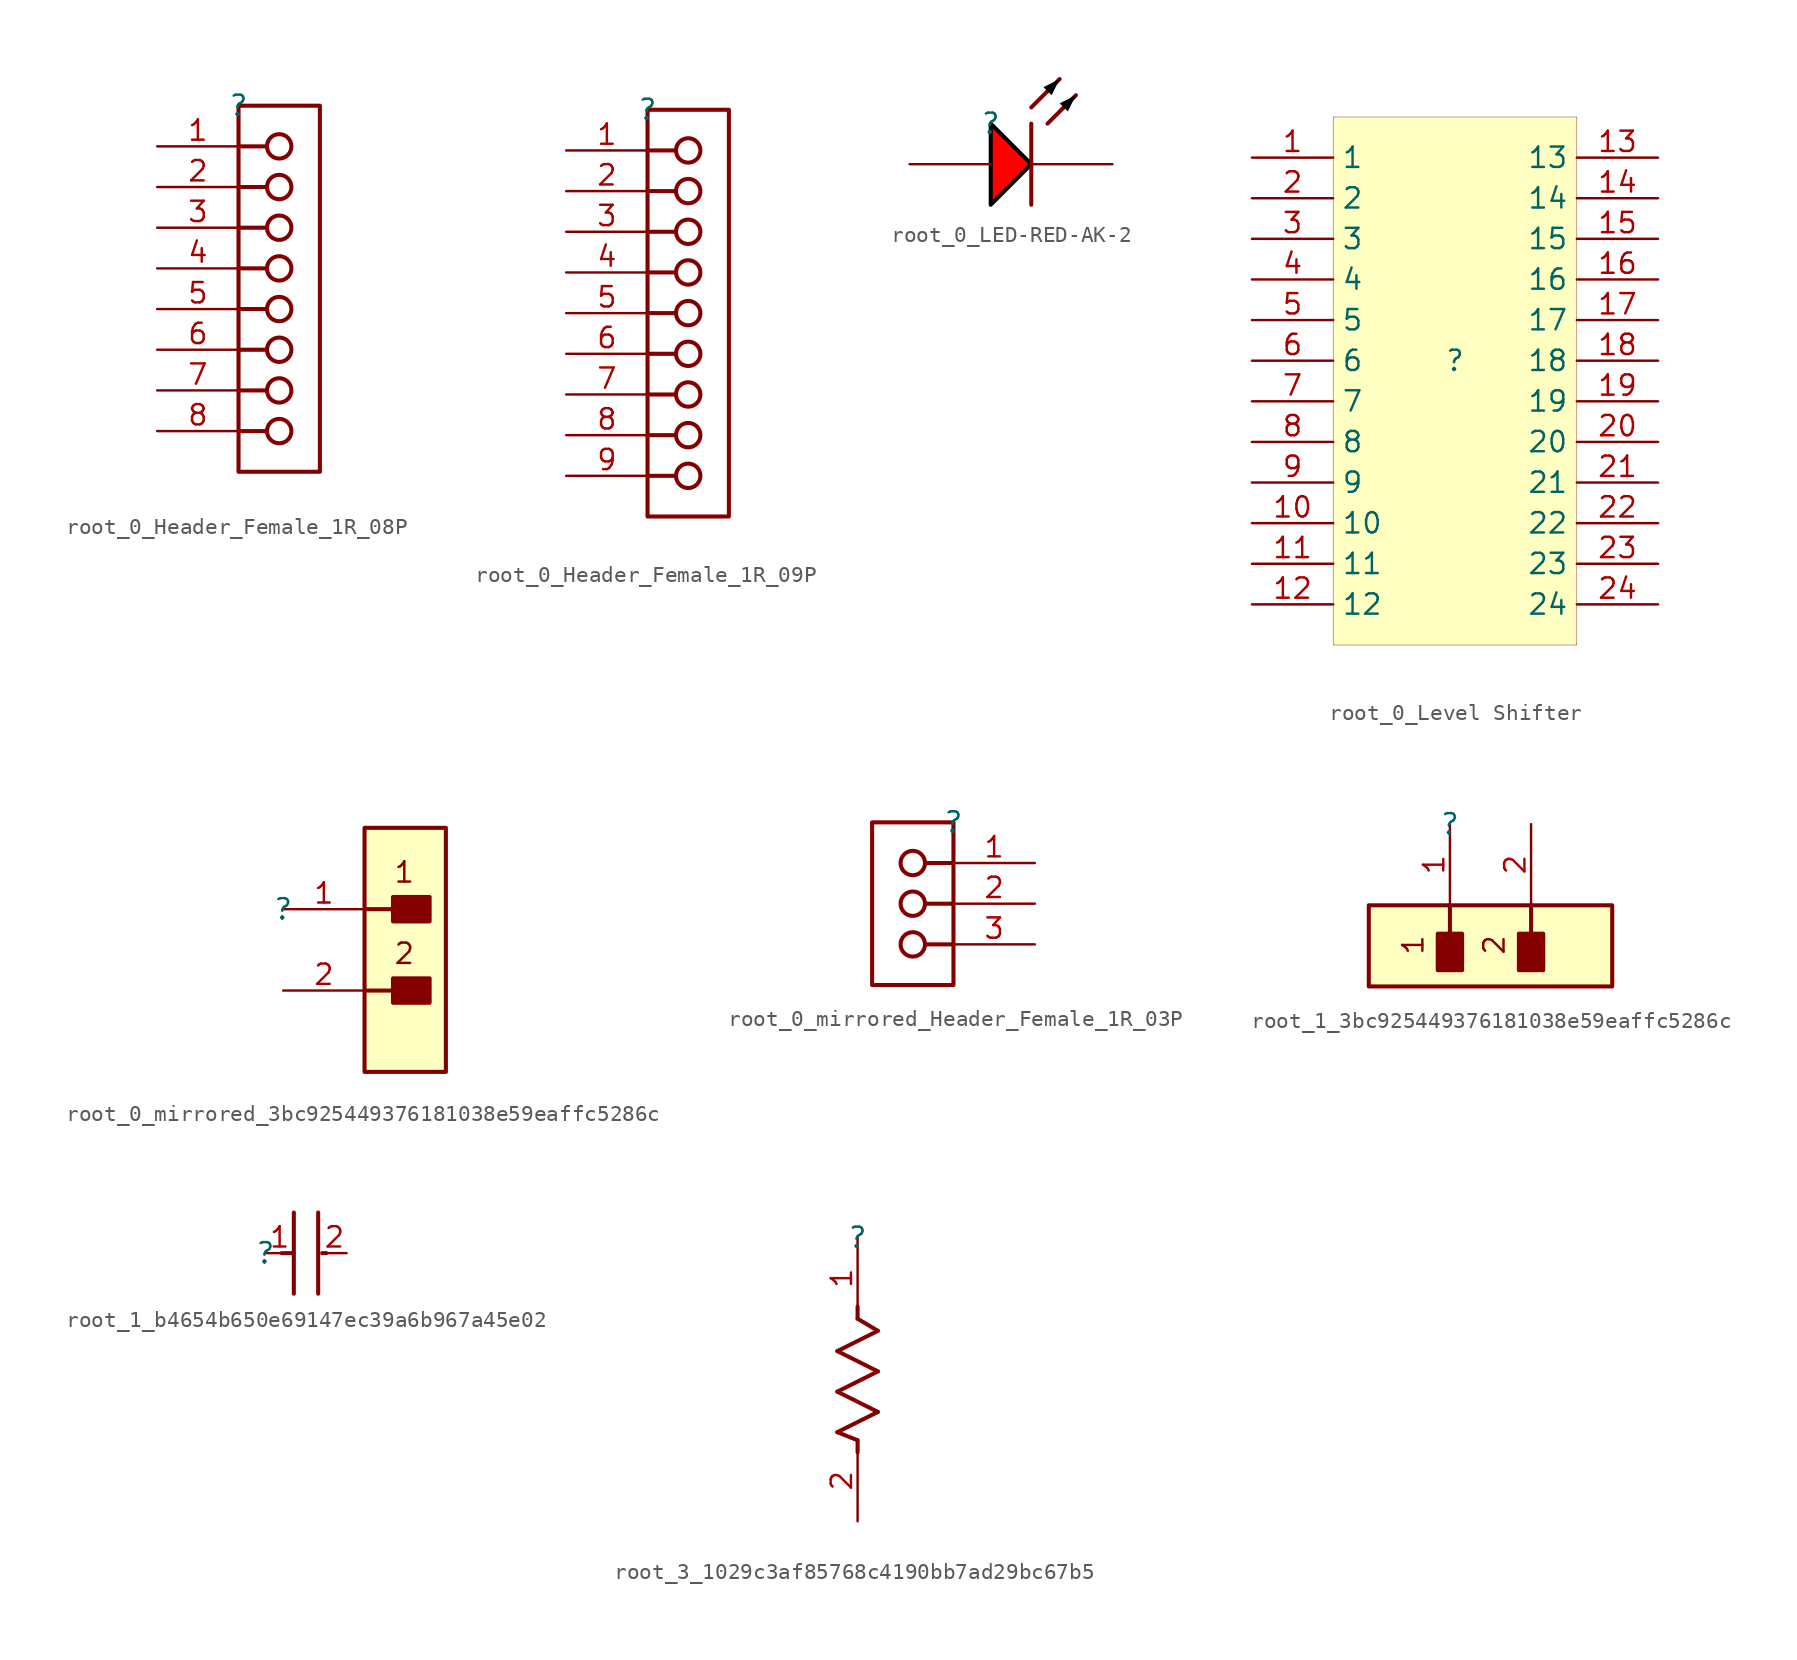
<source format=kicad_sym>
(kicad_symbol_lib
  (version 20231120)
  (generator "kicad_symbol_editor")
  (generator_version "8.0")
  (symbol "root_0_Header_Female_1R_08P"
    (property "Reference" ""
      (at 0 0 0)
      (effects (font (size 1.27 1.27))))
    (property "Value" ""
      (at 0 0 0)
      (effects (font (size 1.27 1.27))))
    (symbol "root_0_Header_Female_1R_08P_1_0"
      (polyline (pts (xy 0 -20.32) (xy 1.778 -20.32)) (stroke (width 0.254) (type solid)) (fill (type none)))
      (polyline (pts (xy 0 -17.78) (xy 1.778 -17.78)) (stroke (width 0.254) (type solid)) (fill (type none)))
      (polyline (pts (xy 0 -15.24) (xy 1.778 -15.24)) (stroke (width 0.254) (type solid)) (fill (type none)))
      (polyline (pts (xy 0 -12.7) (xy 1.778 -12.7)) (stroke (width 0.254) (type solid)) (fill (type none)))
      (polyline (pts (xy 0 -10.16) (xy 1.778 -10.16)) (stroke (width 0.254) (type solid)) (fill (type none)))
      (polyline (pts (xy 0 -7.62) (xy 1.778 -7.62)) (stroke (width 0.254) (type solid)) (fill (type none)))
      (polyline (pts (xy 0 -5.08) (xy 1.778 -5.08)) (stroke (width 0.254) (type solid)) (fill (type none)))
      (polyline (pts (xy 0 -2.54) (xy 1.778 -2.54)) (stroke (width 0.254) (type solid)) (fill (type none)))
      (polyline (pts (xy 5.08 0) (xy 0 0) (xy 0 -22.86) (xy 5.08 -22.86) (xy 5.08 0)) (stroke (width 0.254) (type solid)) (fill (type none)))
      (circle (center 2.54 -20.32) (radius 0.762) (stroke (width 0.254) (type solid)) (fill (type none)))
      (circle (center 2.54 -17.78) (radius 0.762) (stroke (width 0.254) (type solid)) (fill (type none)))
      (circle (center 2.54 -15.24) (radius 0.762) (stroke (width 0.254) (type solid)) (fill (type none)))
      (circle (center 2.54 -12.7) (radius 0.762) (stroke (width 0.254) (type solid)) (fill (type none)))
      (circle (center 2.54 -10.16) (radius 0.762) (stroke (width 0.254) (type solid)) (fill (type none)))
      (circle (center 2.54 -7.62) (radius 0.762) (stroke (width 0.254) (type solid)) (fill (type none)))
      (circle (center 2.54 -5.08) (radius 0.762) (stroke (width 0.254) (type solid)) (fill (type none)))
      (circle (center 2.54 -2.54) (radius 0.762) (stroke (width 0.254) (type solid)) (fill (type none)))
      (pin passive line (at -5.08 -2.54 0) (length 5.08) (name "1" (effects (font (size 0 0)))) (number "1" (effects (font (size 1.27 1.27)))))
      (pin passive line (at -5.08 -5.08 0) (length 5.08) (name "2" (effects (font (size 0 0)))) (number "2" (effects (font (size 1.27 1.27)))))
      (pin passive line (at -5.08 -7.62 0) (length 5.08) (name "3" (effects (font (size 0 0)))) (number "3" (effects (font (size 1.27 1.27)))))
      (pin passive line (at -5.08 -10.16 0) (length 5.08) (name "4" (effects (font (size 0 0)))) (number "4" (effects (font (size 1.27 1.27)))))
      (pin passive line (at -5.08 -12.7 0) (length 5.08) (name "5" (effects (font (size 0 0)))) (number "5" (effects (font (size 1.27 1.27)))))
      (pin passive line (at -5.08 -15.24 0) (length 5.08) (name "6" (effects (font (size 0 0)))) (number "6" (effects (font (size 1.27 1.27)))))
      (pin passive line (at -5.08 -17.78 0) (length 5.08) (name "7" (effects (font (size 0 0)))) (number "7" (effects (font (size 1.27 1.27)))))
      (pin passive line (at -5.08 -20.32 0) (length 5.08) (name "8" (effects (font (size 0 0)))) (number "8" (effects (font (size 1.27 1.27)))))))
  (symbol "root_0_Header_Female_1R_09P"
    (property "Reference" ""
      (at 0 0 0)
      (effects (font (size 1.27 1.27))))
    (property "Value" ""
      (at 0 0 0)
      (effects (font (size 1.27 1.27))))
    (symbol "root_0_Header_Female_1R_09P_1_0"
      (polyline (pts (xy 0 -22.86) (xy 1.778 -22.86)) (stroke (width 0.254) (type solid)) (fill (type none)))
      (polyline (pts (xy 0 -20.32) (xy 1.778 -20.32)) (stroke (width 0.254) (type solid)) (fill (type none)))
      (polyline (pts (xy 0 -17.78) (xy 1.778 -17.78)) (stroke (width 0.254) (type solid)) (fill (type none)))
      (polyline (pts (xy 0 -15.24) (xy 1.778 -15.24)) (stroke (width 0.254) (type solid)) (fill (type none)))
      (polyline (pts (xy 0 -12.7) (xy 1.778 -12.7)) (stroke (width 0.254) (type solid)) (fill (type none)))
      (polyline (pts (xy 0 -10.16) (xy 1.778 -10.16)) (stroke (width 0.254) (type solid)) (fill (type none)))
      (polyline (pts (xy 0 -7.62) (xy 1.778 -7.62)) (stroke (width 0.254) (type solid)) (fill (type none)))
      (polyline (pts (xy 0 -5.08) (xy 1.778 -5.08)) (stroke (width 0.254) (type solid)) (fill (type none)))
      (polyline (pts (xy 0 -2.54) (xy 1.778 -2.54)) (stroke (width 0.254) (type solid)) (fill (type none)))
      (polyline (pts (xy 5.08 0) (xy 0 0) (xy 0 -25.4) (xy 5.08 -25.4) (xy 5.08 0)) (stroke (width 0.254) (type solid)) (fill (type none)))
      (circle (center 2.54 -22.86) (radius 0.762) (stroke (width 0.254) (type solid)) (fill (type none)))
      (circle (center 2.54 -20.32) (radius 0.762) (stroke (width 0.254) (type solid)) (fill (type none)))
      (circle (center 2.54 -17.78) (radius 0.762) (stroke (width 0.254) (type solid)) (fill (type none)))
      (circle (center 2.54 -15.24) (radius 0.762) (stroke (width 0.254) (type solid)) (fill (type none)))
      (circle (center 2.54 -12.7) (radius 0.762) (stroke (width 0.254) (type solid)) (fill (type none)))
      (circle (center 2.54 -10.16) (radius 0.762) (stroke (width 0.254) (type solid)) (fill (type none)))
      (circle (center 2.54 -7.62) (radius 0.762) (stroke (width 0.254) (type solid)) (fill (type none)))
      (circle (center 2.54 -5.08) (radius 0.762) (stroke (width 0.254) (type solid)) (fill (type none)))
      (circle (center 2.54 -2.54) (radius 0.762) (stroke (width 0.254) (type solid)) (fill (type none)))
      (pin passive line (at -5.08 -2.54 0) (length 5.08) (name "1" (effects (font (size 0 0)))) (number "1" (effects (font (size 1.27 1.27)))))
      (pin passive line (at -5.08 -5.08 0) (length 5.08) (name "2" (effects (font (size 0 0)))) (number "2" (effects (font (size 1.27 1.27)))))
      (pin passive line (at -5.08 -7.62 0) (length 5.08) (name "3" (effects (font (size 0 0)))) (number "3" (effects (font (size 1.27 1.27)))))
      (pin passive line (at -5.08 -10.16 0) (length 5.08) (name "4" (effects (font (size 0 0)))) (number "4" (effects (font (size 1.27 1.27)))))
      (pin passive line (at -5.08 -12.7 0) (length 5.08) (name "5" (effects (font (size 0 0)))) (number "5" (effects (font (size 1.27 1.27)))))
      (pin passive line (at -5.08 -15.24 0) (length 5.08) (name "6" (effects (font (size 0 0)))) (number "6" (effects (font (size 1.27 1.27)))))
      (pin passive line (at -5.08 -17.78 0) (length 5.08) (name "7" (effects (font (size 0 0)))) (number "7" (effects (font (size 1.27 1.27)))))
      (pin passive line (at -5.08 -20.32 0) (length 5.08) (name "8" (effects (font (size 0 0)))) (number "8" (effects (font (size 1.27 1.27)))))
      (pin passive line (at -5.08 -22.86 0) (length 5.08) (name "9" (effects (font (size 0 0)))) (number "9" (effects (font (size 1.27 1.27)))))))
  (symbol "root_0_LED-RED-AK-2"
    (property "Reference" ""
      (at 0 0 0)
      (effects (font (size 1.27 1.27))))
    (property "Value" ""
      (at 0 0 0)
      (effects (font (size 1.27 1.27))))
    (symbol "root_0_LED-RED-AK-2_1_0"
      (polyline (pts (xy 2.54 0) (xy 2.54 -5.08)) (stroke (width 0.254) (type solid)) (fill (type none)))
      (polyline (pts (xy 2.54 1.016) (xy 4.318 2.794)) (stroke (width 0.254) (type solid)) (fill (type none)))
      (polyline (pts (xy 3.556 0) (xy 5.334 1.778)) (stroke (width 0.254) (type solid)) (fill (type none)))
      (polyline (pts (xy 0 -5.08) (xy 2.54 -2.54) (xy 0 0) (xy 0 -5.08)) (stroke (width 0.254) (type solid) (color 0 0 0 1)) (fill (type color) (color 255 0 0 1)))
      (polyline (pts (xy 4.318 2.794) (xy 3.302 2.286) (xy 3.81 1.778) (xy 4.318 2.794)) (stroke (width -0.0001) (type solid) (color 0 0 0 1)) (fill (type outline)))
      (polyline (pts (xy 5.334 1.778) (xy 4.318 1.27) (xy 4.826 0.762) (xy 5.334 1.778)) (stroke (width -0.0001) (type solid) (color 0 0 0 1)) (fill (type outline)))
      (pin passive line (at -5.08 -2.54 0) (length 5.08) (name "A" (effects (font (size 0 0)))) (number "1" (effects (font (size 0 0)))))
      (pin passive line (at 7.62 -2.54 180) (length 5.08) (name "K" (effects (font (size 0 0)))) (number "2" (effects (font (size 0 0)))))))
  (symbol "root_0_Level Shifter"
    (property "Reference" ""
      (at 0 0 0)
      (effects (font (size 1.27 1.27))))
    (property "Value" ""
      (at 0 0 0)
      (effects (font (size 1.27 1.27))))
    (symbol "root_0_Level Shifter_1_0"
      (rectangle (start 7.62 15.24) (end -7.62 -17.78) (stroke (width 0.025) (type solid) (color 128 0 0 1)) (fill (type background)))
      (pin passive line (at -12.7 12.7 0) (length 5.08) (name "1" (effects (font (size 1.27 1.27)))) (number "1" (effects (font (size 1.27 1.27)))))
      (pin passive line (at -12.7 -10.16 0) (length 5.08) (name "10" (effects (font (size 1.27 1.27)))) (number "10" (effects (font (size 1.27 1.27)))))
      (pin passive line (at -12.7 -12.7 0) (length 5.08) (name "11" (effects (font (size 1.27 1.27)))) (number "11" (effects (font (size 1.27 1.27)))))
      (pin passive line (at -12.7 -15.24 0) (length 5.08) (name "12" (effects (font (size 1.27 1.27)))) (number "12" (effects (font (size 1.27 1.27)))))
      (pin passive line (at 12.7 12.7 180) (length 5.08) (name "13" (effects (font (size 1.27 1.27)))) (number "13" (effects (font (size 1.27 1.27)))))
      (pin passive line (at 12.7 10.16 180) (length 5.08) (name "14" (effects (font (size 1.27 1.27)))) (number "14" (effects (font (size 1.27 1.27)))))
      (pin passive line (at 12.7 7.62 180) (length 5.08) (name "15" (effects (font (size 1.27 1.27)))) (number "15" (effects (font (size 1.27 1.27)))))
      (pin passive line (at 12.7 5.08 180) (length 5.08) (name "16" (effects (font (size 1.27 1.27)))) (number "16" (effects (font (size 1.27 1.27)))))
      (pin passive line (at 12.7 2.54 180) (length 5.08) (name "17" (effects (font (size 1.27 1.27)))) (number "17" (effects (font (size 1.27 1.27)))))
      (pin passive line (at 12.7 0 180) (length 5.08) (name "18" (effects (font (size 1.27 1.27)))) (number "18" (effects (font (size 1.27 1.27)))))
      (pin passive line (at 12.7 -2.54 180) (length 5.08) (name "19" (effects (font (size 1.27 1.27)))) (number "19" (effects (font (size 1.27 1.27)))))
      (pin passive line (at -12.7 10.16 0) (length 5.08) (name "2" (effects (font (size 1.27 1.27)))) (number "2" (effects (font (size 1.27 1.27)))))
      (pin passive line (at 12.7 -5.08 180) (length 5.08) (name "20" (effects (font (size 1.27 1.27)))) (number "20" (effects (font (size 1.27 1.27)))))
      (pin passive line (at 12.7 -7.62 180) (length 5.08) (name "21" (effects (font (size 1.27 1.27)))) (number "21" (effects (font (size 1.27 1.27)))))
      (pin passive line (at 12.7 -10.16 180) (length 5.08) (name "22" (effects (font (size 1.27 1.27)))) (number "22" (effects (font (size 1.27 1.27)))))
      (pin passive line (at 12.7 -12.7 180) (length 5.08) (name "23" (effects (font (size 1.27 1.27)))) (number "23" (effects (font (size 1.27 1.27)))))
      (pin passive line (at 12.7 -15.24 180) (length 5.08) (name "24" (effects (font (size 1.27 1.27)))) (number "24" (effects (font (size 1.27 1.27)))))
      (pin passive line (at -12.7 7.62 0) (length 5.08) (name "3" (effects (font (size 1.27 1.27)))) (number "3" (effects (font (size 1.27 1.27)))))
      (pin passive line (at -12.7 5.08 0) (length 5.08) (name "4" (effects (font (size 1.27 1.27)))) (number "4" (effects (font (size 1.27 1.27)))))
      (pin passive line (at -12.7 2.54 0) (length 5.08) (name "5" (effects (font (size 1.27 1.27)))) (number "5" (effects (font (size 1.27 1.27)))))
      (pin passive line (at -12.7 0 0) (length 5.08) (name "6" (effects (font (size 1.27 1.27)))) (number "6" (effects (font (size 1.27 1.27)))))
      (pin passive line (at -12.7 -2.54 0) (length 5.08) (name "7" (effects (font (size 1.27 1.27)))) (number "7" (effects (font (size 1.27 1.27)))))
      (pin passive line (at -12.7 -5.08 0) (length 5.08) (name "8" (effects (font (size 1.27 1.27)))) (number "8" (effects (font (size 1.27 1.27)))))
      (pin passive line (at -12.7 -7.62 0) (length 5.08) (name "9" (effects (font (size 1.27 1.27)))) (number "9" (effects (font (size 1.27 1.27)))))))
  (symbol "root_0_mirrored_3bc925449376181038e59eaffc5286c"
    (property "Reference" ""
      (at 0 0 0)
      (effects (font (size 1.27 1.27))))
    (property "Value" ""
      (at 0 0 0)
      (effects (font (size 1.27 1.27))))
    (symbol "root_0_mirrored_3bc925449376181038e59eaffc5286c_1_0"
      (polyline (pts (xy 6.858 -5.08) (xy 5.08 -5.08)) (stroke (width 0.254) (type solid)) (fill (type none)))
      (polyline (pts (xy 6.858 0) (xy 5.08 0)) (stroke (width 0.254) (type solid)) (fill (type none)))
      (rectangle (start 9.144 -4.318) (end 6.858 -5.842) (stroke (width 0.254) (type solid)) (fill (type outline)))
      (rectangle (start 9.144 0.762) (end 6.858 -0.762) (stroke (width 0.254) (type solid)) (fill (type outline)))
      (rectangle (start 10.16 5.08) (end 5.08 -10.16) (stroke (width 0.254) (type solid) (color 128 0 0 1)) (fill (type background)))
      (text "1" (at 6.858 3.048 0) (effects (font (size 1.27 1.27)) (justify left top)))
      (text "2" (at 6.858 -2.032 0) (effects (font (size 1.27 1.27)) (justify left top)))
      (pin passive line (at 0 0 0) (length 5.08) (name "1" (effects (font (size 0 0)))) (number "1" (effects (font (size 1.27 1.27)))))
      (pin passive line (at 0 -5.08 0) (length 5.08) (name "2" (effects (font (size 0 0)))) (number "2" (effects (font (size 1.27 1.27)))))))
  (symbol "root_0_mirrored_Header_Female_1R_03P"
    (property "Reference" ""
      (at 0 0 0)
      (effects (font (size 1.27 1.27))))
    (property "Value" ""
      (at 0 0 0)
      (effects (font (size 1.27 1.27))))
    (symbol "root_0_mirrored_Header_Female_1R_03P_1_0"
      (circle (center -2.54 -7.62) (radius 0.762) (stroke (width 0.254) (type solid)) (fill (type none)))
      (circle (center -2.54 -5.08) (radius 0.762) (stroke (width 0.254) (type solid)) (fill (type none)))
      (circle (center -2.54 -2.54) (radius 0.762) (stroke (width 0.254) (type solid)) (fill (type none)))
      (polyline (pts (xy 0 -7.62) (xy -1.778 -7.62)) (stroke (width 0.254) (type solid)) (fill (type none)))
      (polyline (pts (xy 0 -5.08) (xy -1.778 -5.08)) (stroke (width 0.254) (type solid)) (fill (type none)))
      (polyline (pts (xy 0 -2.54) (xy -1.778 -2.54)) (stroke (width 0.254) (type solid)) (fill (type none)))
      (polyline (pts (xy -5.08 0) (xy 0 0) (xy 0 -10.16) (xy -5.08 -10.16) (xy -5.08 0)) (stroke (width 0.254) (type solid)) (fill (type none)))
      (pin passive line (at 5.08 -2.54 180) (length 5.08) (name "1" (effects (font (size 0 0)))) (number "1" (effects (font (size 1.27 1.27)))))
      (pin passive line (at 5.08 -5.08 180) (length 5.08) (name "2" (effects (font (size 0 0)))) (number "2" (effects (font (size 1.27 1.27)))))
      (pin passive line (at 5.08 -7.62 180) (length 5.08) (name "3" (effects (font (size 0 0)))) (number "3" (effects (font (size 1.27 1.27)))))))
  (symbol "root_1_3bc925449376181038e59eaffc5286c"
    (property "Reference" ""
      (at 0 0 0)
      (effects (font (size 1.27 1.27))))
    (property "Value" ""
      (at 0 0 0)
      (effects (font (size 1.27 1.27))))
    (symbol "root_1_3bc925449376181038e59eaffc5286c_1_0"
      (polyline (pts (xy 0 -6.858) (xy 0 -5.08)) (stroke (width 0.254) (type solid)) (fill (type none)))
      (polyline (pts (xy 5.08 -6.858) (xy 5.08 -5.08)) (stroke (width 0.254) (type solid)) (fill (type none)))
      (rectangle (start 0.762 -6.858) (end -0.762 -9.144) (stroke (width 0.254) (type solid)) (fill (type outline)))
      (rectangle (start 5.842 -6.858) (end 4.318 -9.144) (stroke (width 0.254) (type solid)) (fill (type outline)))
      (rectangle (start 10.16 -5.08) (end -5.08 -10.16) (stroke (width 0.254) (type solid) (color 128 0 0 1)) (fill (type background)))
      (text "1" (at -3.048 -6.858 900) (effects (font (size 1.27 1.27)) (justify right top)))
      (text "2" (at 2.032 -6.858 900) (effects (font (size 1.27 1.27)) (justify right top)))
      (pin passive line (at 0 0 270) (length 5.08) (name "1" (effects (font (size 0 0)))) (number "1" (effects (font (size 1.27 1.27)))))
      (pin passive line (at 5.08 0 270) (length 5.08) (name "2" (effects (font (size 0 0)))) (number "2" (effects (font (size 1.27 1.27)))))))
  (symbol "root_1_b4654b650e69147ec39a6b967a45e02"
    (property "Reference" ""
      (at 0 0 0)
      (effects (font (size 1.27 1.27))))
    (property "Value" ""
      (at 0 0 0)
      (effects (font (size 1.27 1.27))))
    (symbol "root_1_b4654b650e69147ec39a6b967a45e02_1_0"
      (polyline (pts (xy 1.778 0) (xy 1.016 0)) (stroke (width 0.254) (type solid)) (fill (type none)))
      (polyline (pts (xy 1.778 2.54) (xy 1.778 -2.54)) (stroke (width 0.254) (type solid)) (fill (type none)))
      (polyline (pts (xy 3.302 2.54) (xy 3.302 -2.54)) (stroke (width 0.254) (type solid)) (fill (type none)))
      (polyline (pts (xy 3.556 0) (xy 3.81 0)) (stroke (width 0.254) (type solid)) (fill (type none)))
      (pin passive line (at 0 0 0) (length 1.778) (name "1" (effects (font (size 0 0)))) (number "1" (effects (font (size 1.27 1.27)))))
      (pin passive line (at 5.08 0 180) (length 1.524) (name "2" (effects (font (size 0 0)))) (number "2" (effects (font (size 1.27 1.27)))))))
  (symbol "root_3_1029c3af85768c4190bb7ad29bc67b5"
    (property "Reference" ""
      (at 0 0 0)
      (effects (font (size 1.27 1.27))))
    (property "Value" ""
      (at 0 0 0)
      (effects (font (size 1.27 1.27))))
    (symbol "root_3_1029c3af85768c4190bb7ad29bc67b5_1_0"
      (polyline (pts (xy -1.27 -12.192) (xy 0 -12.7)) (stroke (width 0.254) (type solid)) (fill (type none)))
      (polyline (pts (xy -1.27 -9.652) (xy 1.27 -10.922)) (stroke (width 0.254) (type solid)) (fill (type none)))
      (polyline (pts (xy -1.27 -7.112) (xy 1.27 -8.382)) (stroke (width 0.254) (type solid)) (fill (type none)))
      (polyline (pts (xy 0 -12.7) (xy 0 -13.462)) (stroke (width 0.254) (type solid)) (fill (type none)))
      (polyline (pts (xy 0 -5.08) (xy 0 -4.318)) (stroke (width 0.254) (type solid)) (fill (type none)))
      (polyline (pts (xy 0 -5.08) (xy 1.27 -5.842)) (stroke (width 0.254) (type solid)) (fill (type none)))
      (polyline (pts (xy 1.27 -10.922) (xy -1.27 -12.192)) (stroke (width 0.254) (type solid)) (fill (type none)))
      (polyline (pts (xy 1.27 -8.382) (xy -1.27 -9.652)) (stroke (width 0.254) (type solid)) (fill (type none)))
      (polyline (pts (xy 1.27 -5.842) (xy -1.27 -7.112)) (stroke (width 0.254) (type solid)) (fill (type none)))
      (pin passive line (at 0 0 270) (length 5.08) (name "1" (effects (font (size 0 0)))) (number "1" (effects (font (size 1.27 1.27)))))
      (pin passive line (at 0 -17.78 90) (length 5.08) (name "2" (effects (font (size 0 0)))) (number "2" (effects (font (size 1.27 1.27))))))))
</source>
